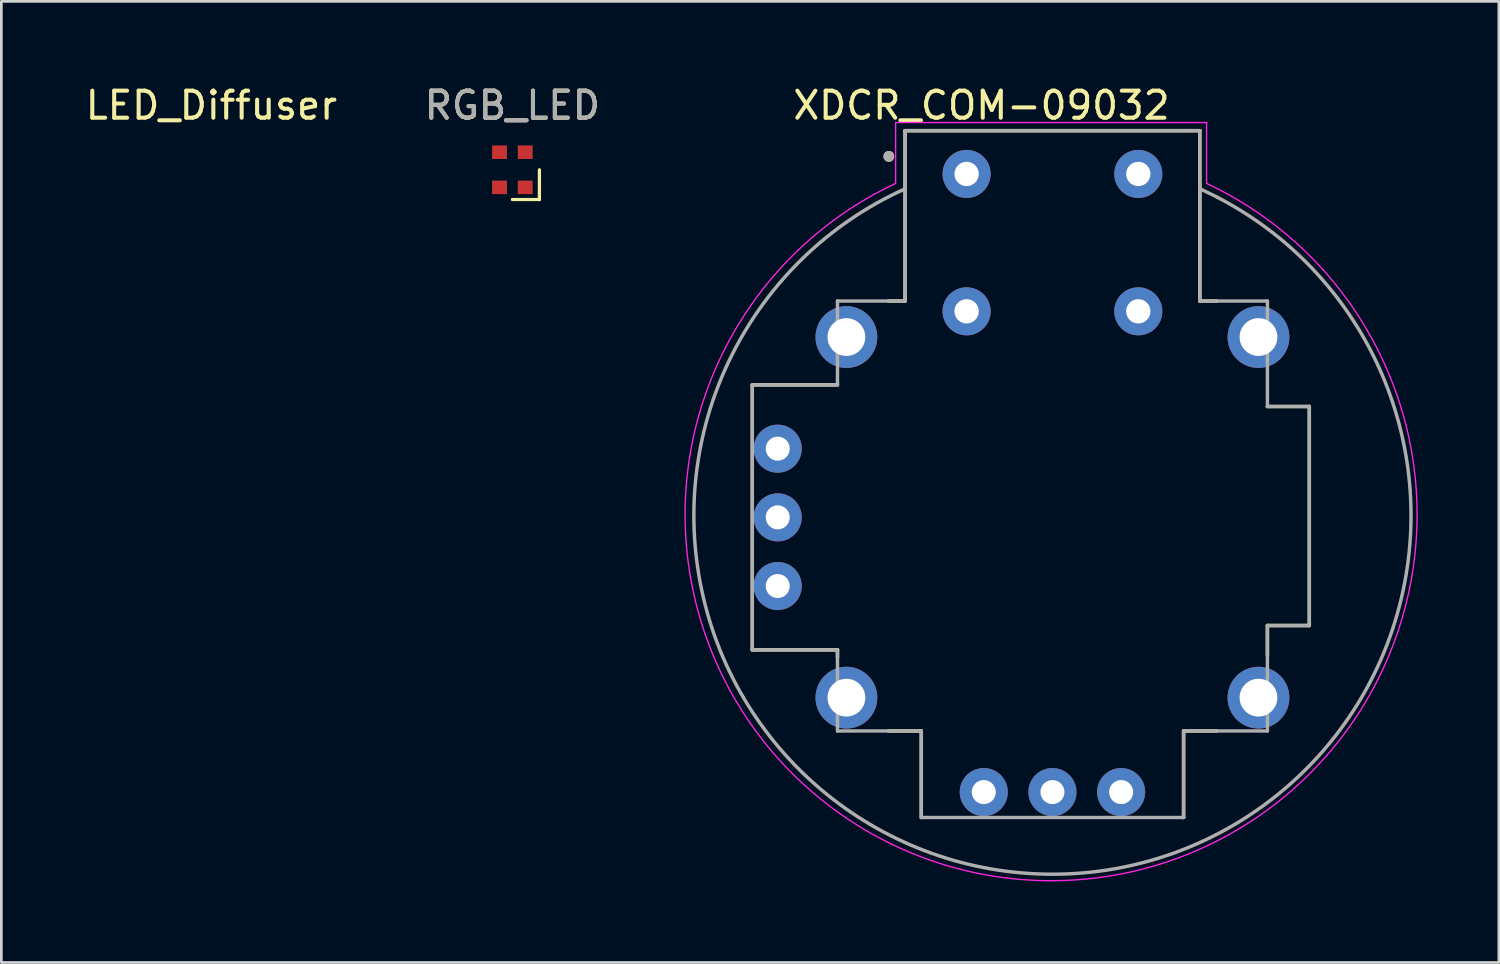
<source format=kicad_pcb>
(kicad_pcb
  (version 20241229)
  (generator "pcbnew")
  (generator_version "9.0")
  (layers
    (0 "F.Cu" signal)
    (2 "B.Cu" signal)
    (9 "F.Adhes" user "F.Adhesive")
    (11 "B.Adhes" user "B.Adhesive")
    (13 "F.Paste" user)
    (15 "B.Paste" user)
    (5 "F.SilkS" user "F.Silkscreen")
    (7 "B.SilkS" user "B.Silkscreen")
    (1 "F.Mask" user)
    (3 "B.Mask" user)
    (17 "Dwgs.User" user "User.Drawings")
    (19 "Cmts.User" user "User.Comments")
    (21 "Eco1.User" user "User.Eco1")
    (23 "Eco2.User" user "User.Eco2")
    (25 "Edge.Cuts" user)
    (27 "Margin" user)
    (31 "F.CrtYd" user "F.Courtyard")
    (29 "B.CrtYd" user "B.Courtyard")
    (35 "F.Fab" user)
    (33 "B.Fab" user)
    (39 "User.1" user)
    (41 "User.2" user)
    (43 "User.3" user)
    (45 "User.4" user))
  (footprint "RGB_LED"
    (layer "F.Cu")
    (at 15.899 3.229)
    (property "Reference" "RGB_LED" (at 0 -2.381 0) (unlocked yes) (layer "F.SilkS") (effects (font (size 1 1) (thickness 0.15))))
    (attr smd)
    (fp_line (start 1 0) (end 1 1.1) (stroke (width 0.12) (type solid)) (layer "F.SilkS"))
    (fp_line (start 1 1.1) (end 0 1.1) (stroke (width 0.12) (type solid)) (layer "F.SilkS"))
    (fp_text user "${REFERENCE}" (at 0 -2.381 0) (unlocked yes) (layer "F.Fab") (effects (font (size 1 1) (thickness 0.15))))
    (pad "1" smd rect (at -0.475 0.65) (size 0.55 0.5) (layers "F.Cu" "F.Mask" "F.Paste"))
    (pad "2" smd rect (at -0.475 -0.65) (size 0.55 0.5) (layers "F.Cu" "F.Mask" "F.Paste"))
    (pad "3" smd rect (at 0.475 -0.65) (size 0.55 0.5) (layers "F.Cu" "F.Mask" "F.Paste"))
    (pad "4" smd rect (at 0.475 0.65) (size 0.55 0.5) (layers "F.Cu" "F.Mask" "F.Paste")))
  (footprint "XDCR_COM-09032"
    (layer "F.Cu")
    (at 35.872 16.083)
    (property "Reference" "XDCR_COM-09032" (at -2.625 -15.235 0) (layer "F.SilkS") (effects (font (size 1 1) (thickness 0.15))))
    (attr through_hole)
    (fp_line (start -11.1 -4.9) (end -7.95 -4.9) (stroke (width 0.127) (type solid)) (layer "F.SilkS"))
    (fp_line (start -11.1 4.9) (end -11.1 -4.9) (stroke (width 0.127) (type solid)) (layer "F.SilkS"))
    (fp_line (start -7.95 4.9) (end -11.1 4.9) (stroke (width 0.127) (type solid)) (layer "F.SilkS"))
    (fp_line (start -7.95 5.17) (end -7.95 4.9) (stroke (width 0.127) (type solid)) (layer "F.SilkS"))
    (fp_line (start -6.07 -8) (end -5.45 -8) (stroke (width 0.127) (type solid)) (layer "F.SilkS"))
    (fp_line (start -5.45 -14.3) (end 5.45 -14.3) (stroke (width 0.127) (type solid)) (layer "F.SilkS"))
    (fp_line (start -5.45 -8) (end -5.45 -14.3) (stroke (width 0.127) (type solid)) (layer "F.SilkS"))
    (fp_line (start -4.85 7.9) (end -6.07 7.9) (stroke (width 0.127) (type solid)) (layer "F.SilkS"))
    (fp_line (start -4.85 11.1) (end -4.85 7.9) (stroke (width 0.127) (type solid)) (layer "F.SilkS"))
    (fp_line (start 4.85 7.9) (end 4.85 11.1) (stroke (width 0.127) (type solid)) (layer "F.SilkS"))
    (fp_line (start 5.45 -14.3) (end 5.45 -8) (stroke (width 0.127) (type solid)) (layer "F.SilkS"))
    (fp_line (start 5.45 -8) (end 6.08 -8) (stroke (width 0.127) (type solid)) (layer "F.SilkS"))
    (fp_line (start 6.08 7.9) (end 4.85 7.9) (stroke (width 0.127) (type solid)) (layer "F.SilkS"))
    (fp_line (start 7.95 -4.1) (end 9.5 -4.1) (stroke (width 0.127) (type solid)) (layer "F.SilkS"))
    (fp_line (start 7.95 4) (end 7.95 5.12) (stroke (width 0.127) (type solid)) (layer "F.SilkS"))
    (fp_line (start 9.5 -4.1) (end 9.5 4) (stroke (width 0.127) (type solid)) (layer "F.SilkS"))
    (fp_line (start 9.5 4) (end 7.95 4) (stroke (width 0.127) (type solid)) (layer "F.SilkS"))
    (fp_circle (center -6.05 -13.35) (end -5.95 -13.35) (stroke (width 0.2) (type solid)) (fill no) (layer "F.SilkS"))
    (fp_line (start -5.8 -14.6) (end 5.7 -14.6) (stroke (width 0.05) (type solid)) (layer "F.CrtYd"))
    (fp_line (start -5.8 -12.35) (end -5.8 -14.6) (stroke (width 0.05) (type solid)) (layer "F.CrtYd"))
    (fp_line (start 5.7 -14.6) (end 5.7 -12.35) (stroke (width 0.05) (type solid)) (layer "F.CrtYd"))
    (fp_arc (start 5.7 -12.35) (mid -0.05 13.437438) (end -5.8 -12.35) (stroke (width 0.05) (type solid)) (layer "F.CrtYd"))
    (fp_line (start -11.1 -4.9) (end -11.1 4.9) (stroke (width 0.127) (type solid)) (layer "F.Fab"))
    (fp_line (start -7.95 -4.9) (end -11.1 -4.9) (stroke (width 0.127) (type solid)) (layer "F.Fab"))
    (fp_line (start -7.95 -4.9) (end -7.95 -8) (stroke (width 0.127) (type solid)) (layer "F.Fab"))
    (fp_line (start -7.95 4.9) (end -11.1 4.9) (stroke (width 0.127) (type solid)) (layer "F.Fab"))
    (fp_line (start -7.95 4.9) (end -7.95 7.9) (stroke (width 0.127) (type solid)) (layer "F.Fab"))
    (fp_line (start -5.45 -14.3) (end -5.45 -8) (stroke (width 0.127) (type solid)) (layer "F.Fab"))
    (fp_line (start -5.45 -8) (end -7.95 -8) (stroke (width 0.127) (type solid)) (layer "F.Fab"))
    (fp_line (start -4.85 7.9) (end -7.95 7.9) (stroke (width 0.127) (type solid)) (layer "F.Fab"))
    (fp_line (start -4.85 11.1) (end -4.85 7.9) (stroke (width 0.127) (type solid)) (layer "F.Fab"))
    (fp_line (start 4.85 7.9) (end 7.95 7.9) (stroke (width 0.127) (type solid)) (layer "F.Fab"))
    (fp_line (start 4.85 11.1) (end -4.85 11.1) (stroke (width 0.127) (type solid)) (layer "F.Fab"))
    (fp_line (start 4.85 11.1) (end 4.85 7.9) (stroke (width 0.127) (type solid)) (layer "F.Fab"))
    (fp_line (start 5.45 -14.3) (end -5.45 -14.3) (stroke (width 0.127) (type solid)) (layer "F.Fab"))
    (fp_line (start 5.45 -14.3) (end 5.45 -8) (stroke (width 0.127) (type solid)) (layer "F.Fab"))
    (fp_line (start 7.95 -8) (end 5.45 -8) (stroke (width 0.127) (type solid)) (layer "F.Fab"))
    (fp_line (start 7.95 -4.1) (end 7.95 -8) (stroke (width 0.127) (type solid)) (layer "F.Fab"))
    (fp_line (start 7.95 -4.1) (end 9.5 -4.1) (stroke (width 0.127) (type solid)) (layer "F.Fab"))
    (fp_line (start 7.95 4) (end 7.95 7.9) (stroke (width 0.127) (type solid)) (layer "F.Fab"))
    (fp_line (start 7.95 4) (end 9.5 4) (stroke (width 0.127) (type solid)) (layer "F.Fab"))
    (fp_line (start 9.5 -4.1) (end 9.5 4) (stroke (width 0.127) (type solid)) (layer "F.Fab"))
    (fp_arc (start 5.45 -12.15) (mid 0 13.197504) (end -5.45 -12.15) (stroke (width 0.127) (type solid)) (layer "F.Fab"))
    (fp_circle (center -6.05 -13.35) (end -5.95 -13.35) (stroke (width 0.2) (type solid)) (fill no) (layer "F.Fab"))
    (pad "B1A" thru_hole circle (at -3.175 -12.7) (size 1.778 1.778) (drill 0.9) (layers "*.Cu" "*.Mask"))
    (pad "B1B" thru_hole circle (at 3.175 -12.7) (size 1.778 1.778) (drill 0.9) (layers "*.Cu" "*.Mask"))
    (pad "B2A" thru_hole circle (at -3.175 -7.62) (size 1.778 1.778) (drill 0.9) (layers "*.Cu" "*.Mask"))
    (pad "B2B" thru_hole circle (at 3.175 -7.62) (size 1.778 1.778) (drill 0.9) (layers "*.Cu" "*.Mask"))
    (pad "H1" thru_hole circle (at -2.54 10.16) (size 1.778 1.778) (drill 0.889) (layers "*.Cu" "*.Mask"))
    (pad "H2" thru_hole circle (at 0 10.16) (size 1.778 1.778) (drill 0.889) (layers "*.Cu" "*.Mask"))
    (pad "H3" thru_hole circle (at 2.54 10.16) (size 1.778 1.778) (drill 0.889) (layers "*.Cu" "*.Mask"))
    (pad "S1" thru_hole circle (at -7.62 -6.668) (size 2.286 2.286) (drill 1.397) (layers "*.Cu" "*.Mask"))
    (pad "S2" thru_hole circle (at -7.62 6.668) (size 2.286 2.286) (drill 1.397) (layers "*.Cu" "*.Mask"))
    (pad "S3" thru_hole circle (at 7.62 6.668) (size 2.286 2.286) (drill 1.397) (layers "*.Cu" "*.Mask"))
    (pad "S4" thru_hole circle (at 7.62 -6.668) (size 2.286 2.286) (drill 1.397) (layers "*.Cu" "*.Mask"))
    (pad "V1" thru_hole circle (at -10.16 -2.54) (size 1.778 1.778) (drill 0.889) (layers "*.Cu" "*.Mask"))
    (pad "V2" thru_hole circle (at -10.16 0) (size 1.778 1.778) (drill 0.889) (layers "*.Cu" "*.Mask"))
    (pad "V3" thru_hole circle (at -10.16 2.54) (size 1.778 1.778) (drill 0.889) (layers "*.Cu" "*.Mask")))
  (footprint "LED_Diffuser"
    (layer "F.Cu")
    (at 4.768 3.229)
    (property "Reference" "LED_Diffuser" (at 0 -2.381 0) (unlocked yes) (layer "F.SilkS") (effects (font (size 1 1) (thickness 0.15))))
    (attr smd board_only)
    (fp_rect (start -1.6 -1.6) (end 1.6 1.6) (stroke (width 0.12) (type solid)) (fill yes) (layer "F.Mask"))
    (fp_rect (start -1.6 -1.6) (end 1.6 1.6) (stroke (width 0.12) (type solid)) (fill yes) (layer "B.Mask")))
  (gr_rect
    (start -3 -3)
    (end 52.381 32.546)
    (stroke (width 0.1) (type default))
    (fill no)
    (layer "Edge.Cuts")))
</source>
